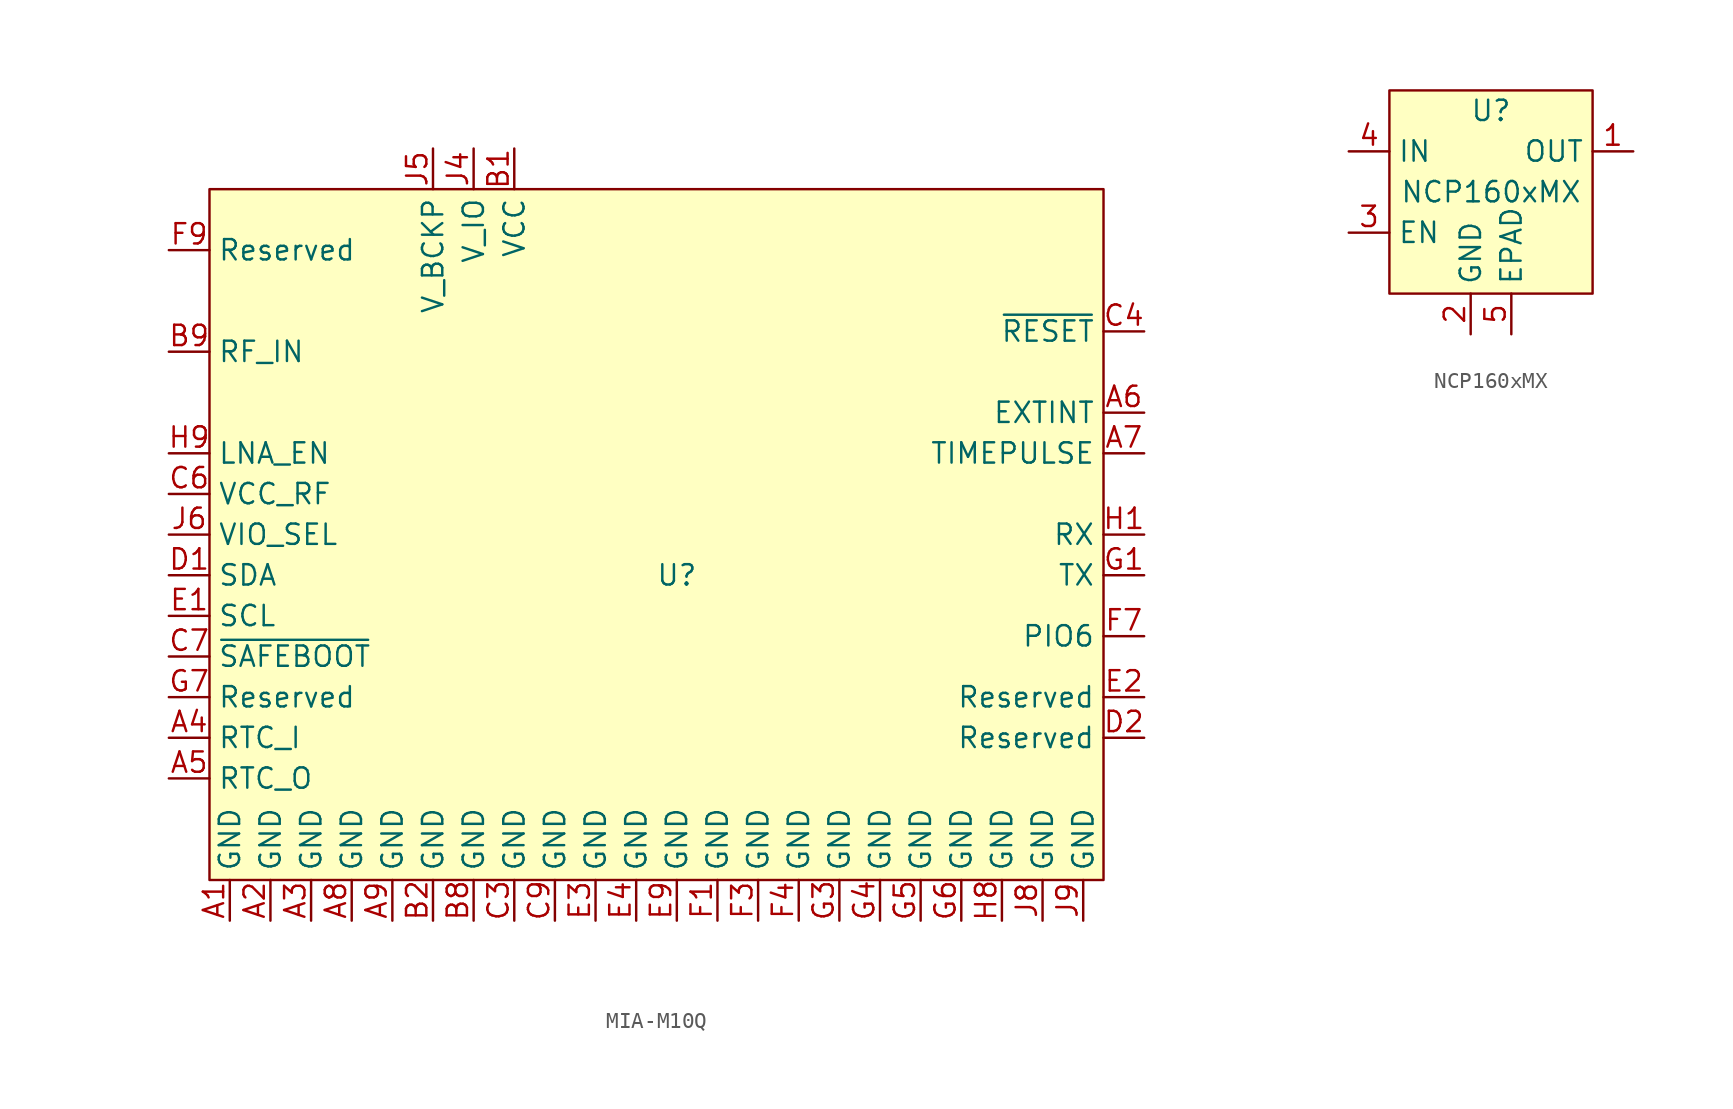
<source format=kicad_sym>
(kicad_symbol_lib
  (version 20231120)
  (generator "kicad_symbol_editor")
  (generator_version "8.0")
  (symbol "MIA-M10Q"
    (property "Reference" "U"
      (at 0 0 0)
      (effects (font (size 1.27 1.27))))
    (property "Value" ""
      (at 0 0 0)
      (effects (font (size 1.27 1.27))))
    (symbol "MIA-M10Q_0_0"
      (pin unspecified line (at -27.94 -21.59 90) (length 2.54) (name "GND" (effects (font (size 1.27 1.27)))) (number "A1" (effects (font (size 1.27 1.27)))))
      (pin unspecified line (at -25.4 -21.59 90) (length 2.54) (name "GND" (effects (font (size 1.27 1.27)))) (number "A2" (effects (font (size 1.27 1.27)))))
      (pin unspecified line (at -22.86 -21.59 90) (length 2.54) (name "GND" (effects (font (size 1.27 1.27)))) (number "A3" (effects (font (size 1.27 1.27)))))
      (pin unspecified line (at -31.75 -10.16 0) (length 2.54) (name "RTC_I" (effects (font (size 1.27 1.27)))) (number "A4" (effects (font (size 1.27 1.27)))))
      (pin unspecified line (at -31.75 -12.7 0) (length 2.54) (name "RTC_O" (effects (font (size 1.27 1.27)))) (number "A5" (effects (font (size 1.27 1.27)))))
      (pin unspecified line (at 29.21 10.16 180) (length 2.54) (name "EXTINT" (effects (font (size 1.27 1.27)))) (number "A6" (effects (font (size 1.27 1.27)))))
      (pin unspecified line (at 29.21 7.62 180) (length 2.54) (name "TIMEPULSE" (effects (font (size 1.27 1.27)))) (number "A7" (effects (font (size 1.27 1.27)))))
      (pin unspecified line (at -20.32 -21.59 90) (length 2.54) (name "GND" (effects (font (size 1.27 1.27)))) (number "A8" (effects (font (size 1.27 1.27)))))
      (pin unspecified line (at -17.78 -21.59 90) (length 2.54) (name "GND" (effects (font (size 1.27 1.27)))) (number "A9" (effects (font (size 1.27 1.27)))))
      (pin unspecified line (at -10.16 26.67 270) (length 2.54) (name "VCC" (effects (font (size 1.27 1.27)))) (number "B1" (effects (font (size 1.27 1.27)))))
      (pin unspecified line (at -15.24 -21.59 90) (length 2.54) (name "GND" (effects (font (size 1.27 1.27)))) (number "B2" (effects (font (size 1.27 1.27)))))
      (pin unspecified line (at -12.7 -21.59 90) (length 2.54) (name "GND" (effects (font (size 1.27 1.27)))) (number "B8" (effects (font (size 1.27 1.27)))))
      (pin unspecified line (at -31.75 13.97 0) (length 2.54) (name "RF_IN" (effects (font (size 1.27 1.27)))) (number "B9" (effects (font (size 1.27 1.27)))))
      (pin no_connect line (at 13.97 26.67 270) (length 2.54) hide (name "Reserved" (effects (font (size 1.27 1.27)))) (number "C1" (effects (font (size 1.27 1.27)))))
      (pin unspecified line (at -10.16 -21.59 90) (length 2.54) (name "GND" (effects (font (size 1.27 1.27)))) (number "C3" (effects (font (size 1.27 1.27)))))
      (pin unspecified line (at 29.21 15.24 180) (length 2.54) (name "~{RESET}" (effects (font (size 1.27 1.27)))) (number "C4" (effects (font (size 1.27 1.27)))))
      (pin no_connect line (at 11.43 26.67 270) (length 2.54) hide (name "Reserved" (effects (font (size 1.27 1.27)))) (number "C5" (effects (font (size 1.27 1.27)))))
      (pin unspecified line (at -31.75 5.08 0) (length 2.54) (name "VCC_RF" (effects (font (size 1.27 1.27)))) (number "C6" (effects (font (size 1.27 1.27)))))
      (pin unspecified line (at -31.75 -5.08 0) (length 2.54) (name "~{SAFEBOOT}" (effects (font (size 1.27 1.27)))) (number "C7" (effects (font (size 1.27 1.27)))))
      (pin unspecified line (at -7.62 -21.59 90) (length 2.54) (name "GND" (effects (font (size 1.27 1.27)))) (number "C9" (effects (font (size 1.27 1.27)))))
      (pin unspecified line (at -31.75 0 0) (length 2.54) (name "SDA" (effects (font (size 1.27 1.27)))) (number "D1" (effects (font (size 1.27 1.27)))))
      (pin unspecified line (at 29.21 -10.16 180) (length 2.54) (name "Reserved" (effects (font (size 1.27 1.27)))) (number "D2" (effects (font (size 1.27 1.27)))))
      (pin no_connect line (at 8.89 26.67 270) (length 2.54) hide (name "Reserved" (effects (font (size 1.27 1.27)))) (number "D9" (effects (font (size 1.27 1.27)))))
      (pin unspecified line (at -31.75 -2.54 0) (length 2.54) (name "SCL" (effects (font (size 1.27 1.27)))) (number "E1" (effects (font (size 1.27 1.27)))))
      (pin unspecified line (at 29.21 -7.62 180) (length 2.54) (name "Reserved" (effects (font (size 1.27 1.27)))) (number "E2" (effects (font (size 1.27 1.27)))))
      (pin unspecified line (at -5.08 -21.59 90) (length 2.54) (name "GND" (effects (font (size 1.27 1.27)))) (number "E3" (effects (font (size 1.27 1.27)))))
      (pin unspecified line (at -2.54 -21.59 90) (length 2.54) (name "GND" (effects (font (size 1.27 1.27)))) (number "E4" (effects (font (size 1.27 1.27)))))
      (pin no_connect line (at 6.35 26.67 270) (length 2.54) hide (name "Reserved" (effects (font (size 1.27 1.27)))) (number "E7" (effects (font (size 1.27 1.27)))))
      (pin unspecified line (at 0 -21.59 90) (length 2.54) (name "GND" (effects (font (size 1.27 1.27)))) (number "E9" (effects (font (size 1.27 1.27)))))
      (pin unspecified line (at 2.54 -21.59 90) (length 2.54) (name "GND" (effects (font (size 1.27 1.27)))) (number "F1" (effects (font (size 1.27 1.27)))))
      (pin unspecified line (at 5.08 -21.59 90) (length 2.54) (name "GND" (effects (font (size 1.27 1.27)))) (number "F3" (effects (font (size 1.27 1.27)))))
      (pin unspecified line (at 7.62 -21.59 90) (length 2.54) (name "GND" (effects (font (size 1.27 1.27)))) (number "F4" (effects (font (size 1.27 1.27)))))
      (pin unspecified line (at 29.21 -3.81 180) (length 2.54) (name "PIO6" (effects (font (size 1.27 1.27)))) (number "F7" (effects (font (size 1.27 1.27)))))
      (pin unspecified line (at -31.75 20.32 0) (length 2.54) (name "Reserved" (effects (font (size 1.27 1.27)))) (number "F9" (effects (font (size 1.27 1.27)))))
      (pin unspecified line (at 29.21 0 180) (length 2.54) (name "TX" (effects (font (size 1.27 1.27)))) (number "G1" (effects (font (size 1.27 1.27)))))
      (pin unspecified line (at 10.16 -21.59 90) (length 2.54) (name "GND" (effects (font (size 1.27 1.27)))) (number "G3" (effects (font (size 1.27 1.27)))))
      (pin unspecified line (at 12.7 -21.59 90) (length 2.54) (name "GND" (effects (font (size 1.27 1.27)))) (number "G4" (effects (font (size 1.27 1.27)))))
      (pin unspecified line (at 15.24 -21.59 90) (length 2.54) (name "GND" (effects (font (size 1.27 1.27)))) (number "G5" (effects (font (size 1.27 1.27)))))
      (pin unspecified line (at 17.78 -21.59 90) (length 2.54) (name "GND" (effects (font (size 1.27 1.27)))) (number "G6" (effects (font (size 1.27 1.27)))))
      (pin unspecified line (at -31.75 -7.62 0) (length 2.54) (name "Reserved" (effects (font (size 1.27 1.27)))) (number "G7" (effects (font (size 1.27 1.27)))))
      (pin no_connect line (at 3.81 26.67 270) (length 2.54) hide (name "Reserved" (effects (font (size 1.27 1.27)))) (number "G9" (effects (font (size 1.27 1.27)))))
      (pin unspecified line (at 29.21 2.54 180) (length 2.54) (name "RX" (effects (font (size 1.27 1.27)))) (number "H1" (effects (font (size 1.27 1.27)))))
      (pin unspecified line (at 20.32 -21.59 90) (length 2.54) (name "GND" (effects (font (size 1.27 1.27)))) (number "H8" (effects (font (size 1.27 1.27)))))
      (pin unspecified line (at -31.75 7.62 0) (length 2.54) (name "LNA_EN" (effects (font (size 1.27 1.27)))) (number "H9" (effects (font (size 1.27 1.27)))))
      (pin no_connect line (at 1.27 26.67 270) (length 2.54) hide (name "Reserved" (effects (font (size 1.27 1.27)))) (number "J1" (effects (font (size 1.27 1.27)))))
      (pin no_connect line (at -1.27 26.67 270) (length 2.54) hide (name "Reserved" (effects (font (size 1.27 1.27)))) (number "J2" (effects (font (size 1.27 1.27)))))
      (pin no_connect line (at -3.81 26.67 270) (length 2.54) hide (name "Reserved" (effects (font (size 1.27 1.27)))) (number "J3" (effects (font (size 1.27 1.27)))))
      (pin unspecified line (at -12.7 26.67 270) (length 2.54) (name "V_IO" (effects (font (size 1.27 1.27)))) (number "J4" (effects (font (size 1.27 1.27)))))
      (pin unspecified line (at -15.24 26.67 270) (length 2.54) (name "V_BCKP" (effects (font (size 1.27 1.27)))) (number "J5" (effects (font (size 1.27 1.27)))))
      (pin unspecified line (at -31.75 2.54 0) (length 2.54) (name "VIO_SEL" (effects (font (size 1.27 1.27)))) (number "J6" (effects (font (size 1.27 1.27)))))
      (pin no_connect line (at -6.35 26.67 270) (length 2.54) hide (name "Reserved" (effects (font (size 1.27 1.27)))) (number "J7" (effects (font (size 1.27 1.27)))))
      (pin unspecified line (at 22.86 -21.59 90) (length 2.54) (name "GND" (effects (font (size 1.27 1.27)))) (number "J8" (effects (font (size 1.27 1.27)))))
      (pin unspecified line (at 25.4 -21.59 90) (length 2.54) (name "GND" (effects (font (size 1.27 1.27)))) (number "J9" (effects (font (size 1.27 1.27))))))
    (symbol "MIA-M10Q_0_1"
      (rectangle (start -29.21 24.13) (end 26.67 -19.05) (stroke (width 0) (type default)) (fill (type background)))))
  (symbol "NCP160xMX"
    (property "Reference" "U"
      (at 0 5.08 0)
      (effects (font (size 1.27 1.27))))
    (property "Value" "NCP160xMX"
      (at 0 0 0)
      (effects (font (size 1.27 1.27))))
    (symbol "NCP160xMX_0_1"
      (rectangle (start -6.35 6.35) (end 6.35 -6.35) (stroke (width 0.152) (type default)) (fill (type background))))
    (symbol "NCP160xMX_1_1"
      (pin power_out line (at 8.89 2.54 180) (length 2.54) (name "OUT" (effects (font (size 1.27 1.27)))) (number "1" (effects (font (size 1.27 1.27)))))
      (pin power_in line (at -1.27 -8.89 90) (length 2.54) (name "GND" (effects (font (size 1.27 1.27)))) (number "2" (effects (font (size 1.27 1.27)))))
      (pin passive line (at -8.89 -2.54 0) (length 2.54) (name "EN" (effects (font (size 1.27 1.27)))) (number "3" (effects (font (size 1.27 1.27)))))
      (pin power_in line (at -8.89 2.54 0) (length 2.54) (name "IN" (effects (font (size 1.27 1.27)))) (number "4" (effects (font (size 1.27 1.27)))))
      (pin power_in line (at 1.27 -8.89 90) (length 2.54) (name "EPAD" (effects (font (size 1.27 1.27)))) (number "5" (effects (font (size 1.27 1.27))))))))
</source>
